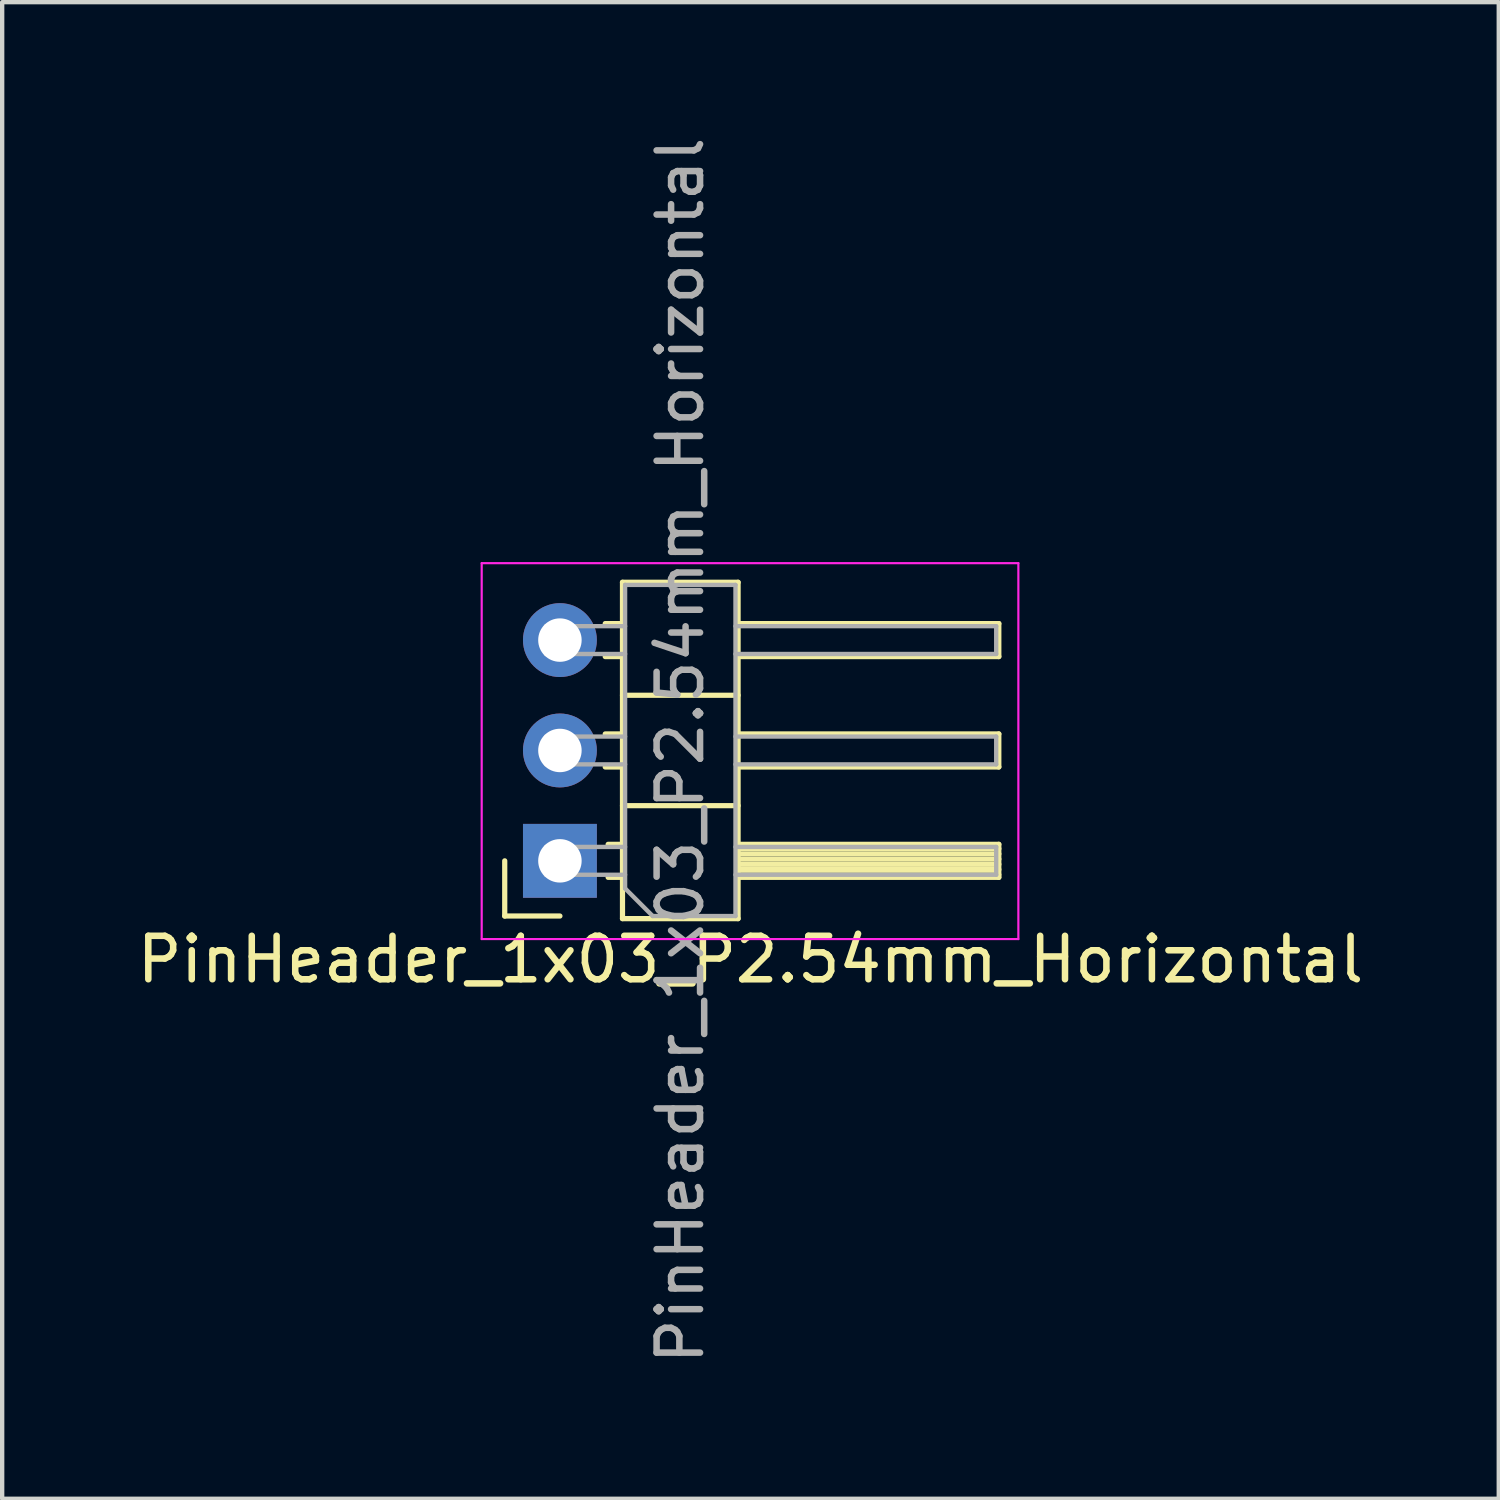
<source format=kicad_pcb>
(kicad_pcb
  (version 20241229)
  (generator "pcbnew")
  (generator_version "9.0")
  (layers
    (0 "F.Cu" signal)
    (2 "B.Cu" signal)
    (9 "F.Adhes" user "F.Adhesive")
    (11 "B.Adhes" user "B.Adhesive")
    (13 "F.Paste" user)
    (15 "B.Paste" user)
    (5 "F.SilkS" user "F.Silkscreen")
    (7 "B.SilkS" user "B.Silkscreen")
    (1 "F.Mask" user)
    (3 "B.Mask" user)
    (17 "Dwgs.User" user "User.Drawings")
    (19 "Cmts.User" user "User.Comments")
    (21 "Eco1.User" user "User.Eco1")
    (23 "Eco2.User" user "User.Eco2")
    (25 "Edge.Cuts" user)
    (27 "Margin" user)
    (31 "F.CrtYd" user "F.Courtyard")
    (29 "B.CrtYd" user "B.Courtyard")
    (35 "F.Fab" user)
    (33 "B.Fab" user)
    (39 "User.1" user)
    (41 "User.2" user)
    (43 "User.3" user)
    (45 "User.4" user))
  (footprint "PinHeader_1x03_P2.54mm_Horizontal"
    (layer "F.Cu")
    (at 9.835 16.76)
    (property "Reference" "PinHeader_1x03_P2.54mm_Horizontal" (at 4.385 2.27 0) (layer "F.SilkS") (effects (font (size 1 1) (thickness 0.15))))
    (attr through_hole)
    (fp_line (start -1.27 0) (end -1.27 1.27) (stroke (width 0.12) (type solid)) (layer "F.SilkS"))
    (fp_line (start -1.27 1.27) (end 0 1.27) (stroke (width 0.12) (type solid)) (layer "F.SilkS"))
    (fp_line (start 1.043 -5.46) (end 1.44 -5.46) (stroke (width 0.12) (type solid)) (layer "F.SilkS"))
    (fp_line (start 1.043 -4.7) (end 1.44 -4.7) (stroke (width 0.12) (type solid)) (layer "F.SilkS"))
    (fp_line (start 1.043 -2.92) (end 1.44 -2.92) (stroke (width 0.12) (type solid)) (layer "F.SilkS"))
    (fp_line (start 1.043 -2.16) (end 1.44 -2.16) (stroke (width 0.12) (type solid)) (layer "F.SilkS"))
    (fp_line (start 1.11 -0.38) (end 1.44 -0.38) (stroke (width 0.12) (type solid)) (layer "F.SilkS"))
    (fp_line (start 1.11 0.38) (end 1.44 0.38) (stroke (width 0.12) (type solid)) (layer "F.SilkS"))
    (fp_line (start 1.44 -6.41) (end 4.1 -6.41) (stroke (width 0.12) (type solid)) (layer "F.SilkS"))
    (fp_line (start 1.44 -3.81) (end 4.1 -3.81) (stroke (width 0.12) (type solid)) (layer "F.SilkS"))
    (fp_line (start 1.44 -1.27) (end 4.1 -1.27) (stroke (width 0.12) (type solid)) (layer "F.SilkS"))
    (fp_line (start 1.44 1.33) (end 1.44 -6.41) (stroke (width 0.12) (type solid)) (layer "F.SilkS"))
    (fp_line (start 4.1 -6.41) (end 4.1 1.33) (stroke (width 0.12) (type solid)) (layer "F.SilkS"))
    (fp_line (start 4.1 -4.7) (end 10.1 -4.7) (stroke (width 0.12) (type solid)) (layer "F.SilkS"))
    (fp_line (start 4.1 -2.16) (end 10.1 -2.16) (stroke (width 0.12) (type solid)) (layer "F.SilkS"))
    (fp_line (start 4.1 -0.28) (end 10.1 -0.28) (stroke (width 0.12) (type solid)) (layer "F.SilkS"))
    (fp_line (start 4.1 -0.16) (end 10.1 -0.16) (stroke (width 0.12) (type solid)) (layer "F.SilkS"))
    (fp_line (start 4.1 -0.04) (end 10.1 -0.04) (stroke (width 0.12) (type solid)) (layer "F.SilkS"))
    (fp_line (start 4.1 0.08) (end 10.1 0.08) (stroke (width 0.12) (type solid)) (layer "F.SilkS"))
    (fp_line (start 4.1 0.2) (end 10.1 0.2) (stroke (width 0.12) (type solid)) (layer "F.SilkS"))
    (fp_line (start 4.1 0.32) (end 10.1 0.32) (stroke (width 0.12) (type solid)) (layer "F.SilkS"))
    (fp_line (start 4.1 0.38) (end 10.1 0.38) (stroke (width 0.12) (type solid)) (layer "F.SilkS"))
    (fp_line (start 4.1 1.33) (end 1.44 1.33) (stroke (width 0.12) (type solid)) (layer "F.SilkS"))
    (fp_line (start 10.1 -5.46) (end 4.1 -5.46) (stroke (width 0.12) (type solid)) (layer "F.SilkS"))
    (fp_line (start 10.1 -4.7) (end 10.1 -5.46) (stroke (width 0.12) (type solid)) (layer "F.SilkS"))
    (fp_line (start 10.1 -2.92) (end 4.1 -2.92) (stroke (width 0.12) (type solid)) (layer "F.SilkS"))
    (fp_line (start 10.1 -2.16) (end 10.1 -2.92) (stroke (width 0.12) (type solid)) (layer "F.SilkS"))
    (fp_line (start 10.1 -0.38) (end 4.1 -0.38) (stroke (width 0.12) (type solid)) (layer "F.SilkS"))
    (fp_line (start 10.1 0.38) (end 10.1 -0.38) (stroke (width 0.12) (type solid)) (layer "F.SilkS"))
    (fp_line (start -1.8 -6.85) (end 10.55 -6.85) (stroke (width 0.05) (type solid)) (layer "F.CrtYd"))
    (fp_line (start -1.8 1.8) (end -1.8 -6.85) (stroke (width 0.05) (type solid)) (layer "F.CrtYd"))
    (fp_line (start 10.55 -6.85) (end 10.55 1.8) (stroke (width 0.05) (type solid)) (layer "F.CrtYd"))
    (fp_line (start 10.55 1.8) (end -1.8 1.8) (stroke (width 0.05) (type solid)) (layer "F.CrtYd"))
    (fp_line (start -0.32 -5.4) (end 1.5 -5.4) (stroke (width 0.1) (type solid)) (layer "F.Fab"))
    (fp_line (start -0.32 -4.76) (end -0.32 -5.4) (stroke (width 0.1) (type solid)) (layer "F.Fab"))
    (fp_line (start -0.32 -4.76) (end 1.5 -4.76) (stroke (width 0.1) (type solid)) (layer "F.Fab"))
    (fp_line (start -0.32 -2.86) (end 1.5 -2.86) (stroke (width 0.1) (type solid)) (layer "F.Fab"))
    (fp_line (start -0.32 -2.22) (end -0.32 -2.86) (stroke (width 0.1) (type solid)) (layer "F.Fab"))
    (fp_line (start -0.32 -2.22) (end 1.5 -2.22) (stroke (width 0.1) (type solid)) (layer "F.Fab"))
    (fp_line (start -0.32 -0.32) (end 1.5 -0.32) (stroke (width 0.1) (type solid)) (layer "F.Fab"))
    (fp_line (start -0.32 0.32) (end -0.32 -0.32) (stroke (width 0.1) (type solid)) (layer "F.Fab"))
    (fp_line (start -0.32 0.32) (end 1.5 0.32) (stroke (width 0.1) (type solid)) (layer "F.Fab"))
    (fp_line (start 1.5 -6.35) (end 1.5 0.635) (stroke (width 0.1) (type solid)) (layer "F.Fab"))
    (fp_line (start 1.5 0.635) (end 2.135 1.27) (stroke (width 0.1) (type solid)) (layer "F.Fab"))
    (fp_line (start 2.135 1.27) (end 4.04 1.27) (stroke (width 0.1) (type solid)) (layer "F.Fab"))
    (fp_line (start 4.04 -6.35) (end 1.5 -6.35) (stroke (width 0.1) (type solid)) (layer "F.Fab"))
    (fp_line (start 4.04 -5.4) (end 10.04 -5.4) (stroke (width 0.1) (type solid)) (layer "F.Fab"))
    (fp_line (start 4.04 -4.76) (end 10.04 -4.76) (stroke (width 0.1) (type solid)) (layer "F.Fab"))
    (fp_line (start 4.04 -2.86) (end 10.04 -2.86) (stroke (width 0.1) (type solid)) (layer "F.Fab"))
    (fp_line (start 4.04 -2.22) (end 10.04 -2.22) (stroke (width 0.1) (type solid)) (layer "F.Fab"))
    (fp_line (start 4.04 -0.32) (end 10.04 -0.32) (stroke (width 0.1) (type solid)) (layer "F.Fab"))
    (fp_line (start 4.04 0.32) (end 10.04 0.32) (stroke (width 0.1) (type solid)) (layer "F.Fab"))
    (fp_line (start 4.04 1.27) (end 4.04 -6.35) (stroke (width 0.1) (type solid)) (layer "F.Fab"))
    (fp_line (start 10.04 -4.76) (end 10.04 -5.4) (stroke (width 0.1) (type solid)) (layer "F.Fab"))
    (fp_line (start 10.04 -2.22) (end 10.04 -2.86) (stroke (width 0.1) (type solid)) (layer "F.Fab"))
    (fp_line (start 10.04 0.32) (end 10.04 -0.32) (stroke (width 0.1) (type solid)) (layer "F.Fab"))
    (fp_text user "${REFERENCE}" (at 2.77 -2.54 90) (layer "F.Fab") (effects (font (size 1 1) (thickness 0.15))))
    (pad "1" thru_hole rect (at 0 0) (size 1.7 1.7) (drill 1) (layers "*.Cu" "*.Mask"))
    (pad "2" thru_hole oval (at 0 -2.54) (size 1.7 1.7) (drill 1) (layers "*.Cu" "*.Mask"))
    (pad "3" thru_hole oval (at 0 -5.08) (size 1.7 1.7) (drill 1) (layers "*.Cu" "*.Mask")))
  (gr_rect
    (start -3 -3)
    (end 31.44 31.44)
    (stroke (width 0.1) (type default))
    (fill no)
    (layer "Edge.Cuts")))
</source>
